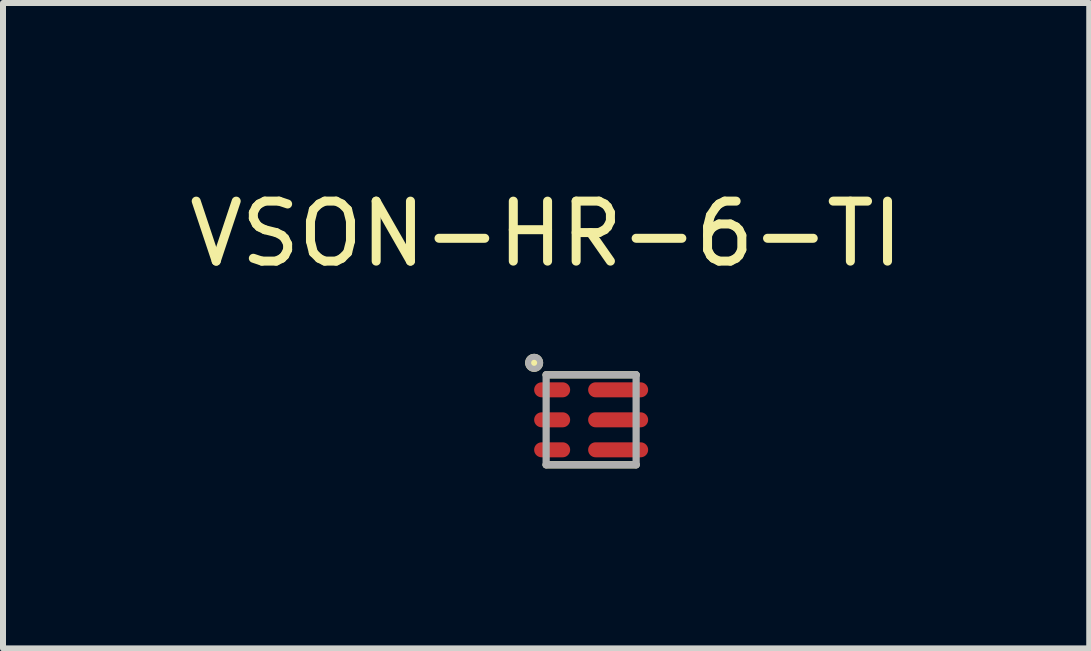
<source format=kicad_pcb>
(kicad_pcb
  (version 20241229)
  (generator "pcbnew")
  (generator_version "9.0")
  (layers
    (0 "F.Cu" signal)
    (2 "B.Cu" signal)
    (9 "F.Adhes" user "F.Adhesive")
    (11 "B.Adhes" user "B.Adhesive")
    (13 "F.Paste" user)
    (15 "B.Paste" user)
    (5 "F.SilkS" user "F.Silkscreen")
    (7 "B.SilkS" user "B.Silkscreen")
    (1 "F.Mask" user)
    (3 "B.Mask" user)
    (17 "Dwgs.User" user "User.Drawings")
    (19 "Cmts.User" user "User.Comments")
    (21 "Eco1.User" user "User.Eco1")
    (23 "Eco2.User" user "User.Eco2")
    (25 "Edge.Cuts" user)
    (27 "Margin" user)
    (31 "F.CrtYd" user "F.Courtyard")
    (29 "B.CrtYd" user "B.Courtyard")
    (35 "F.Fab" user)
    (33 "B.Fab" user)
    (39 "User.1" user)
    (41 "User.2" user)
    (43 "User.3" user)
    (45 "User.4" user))
  (footprint "VSON-HR-6-TI"
    (layer "F.Cu")
    (at 6.054 3.198)
    (property "Reference" "VSON-HR-6-TI" (at 0 -2.35 0) (layer "F.SilkS") (effects (font (size 1 1) (thickness 0.15))))
    (attr through_hole)
    (fp_line (start 0 0) (end 1.5 0) (stroke (width 0.12) (type solid)) (layer "F.SilkS"))
    (fp_line (start 1.5 1.5) (end 0 1.5) (stroke (width 0.12) (type solid)) (layer "F.SilkS"))
    (fp_circle (center -0.2 -0.2) (end -0.1 -0.2) (stroke (width 0.1) (type solid)) (fill yes) (layer "F.SilkS"))
    (fp_line (start 0 0) (end 1.5 0) (stroke (width 0.12) (type solid)) (layer "F.Fab"))
    (fp_line (start 0 1.5) (end 0 0) (stroke (width 0.12) (type solid)) (layer "F.Fab"))
    (fp_line (start 1.5 0) (end 1.5 1.5) (stroke (width 0.12) (type solid)) (layer "F.Fab"))
    (fp_line (start 1.5 1.5) (end 0 1.5) (stroke (width 0.12) (type solid)) (layer "F.Fab"))
    (fp_circle (center -0.2 -0.2) (end -0.1 -0.2) (stroke (width 0.1) (type solid)) (fill no) (layer "F.Fab"))
    (pad "1" smd oval (at 0.1 0.25) (size 0.6 0.25) (layers "F.Cu" "F.Mask" "F.Paste"))
    (pad "2" smd oval (at 0.1 0.75) (size 0.6 0.25) (layers "F.Cu" "F.Mask" "F.Paste"))
    (pad "3" smd oval (at 0.1 1.25) (size 0.6 0.25) (layers "F.Cu" "F.Mask" "F.Paste"))
    (pad "4" smd oval (at 1.2 1.25) (size 1 0.25) (layers "F.Cu" "F.Mask" "F.Paste"))
    (pad "5" smd oval (at 1.2 0.75) (size 1 0.25) (layers "F.Cu" "F.Mask" "F.Paste"))
    (pad "6" smd oval (at 1.2 0.25) (size 1 0.25) (layers "F.Cu" "F.Mask" "F.Paste")))
  (gr_rect
    (start -3 -3)
    (end 15.107 7.758)
    (stroke (width 0.1) (type default))
    (fill no)
    (layer "Edge.Cuts")))
</source>
